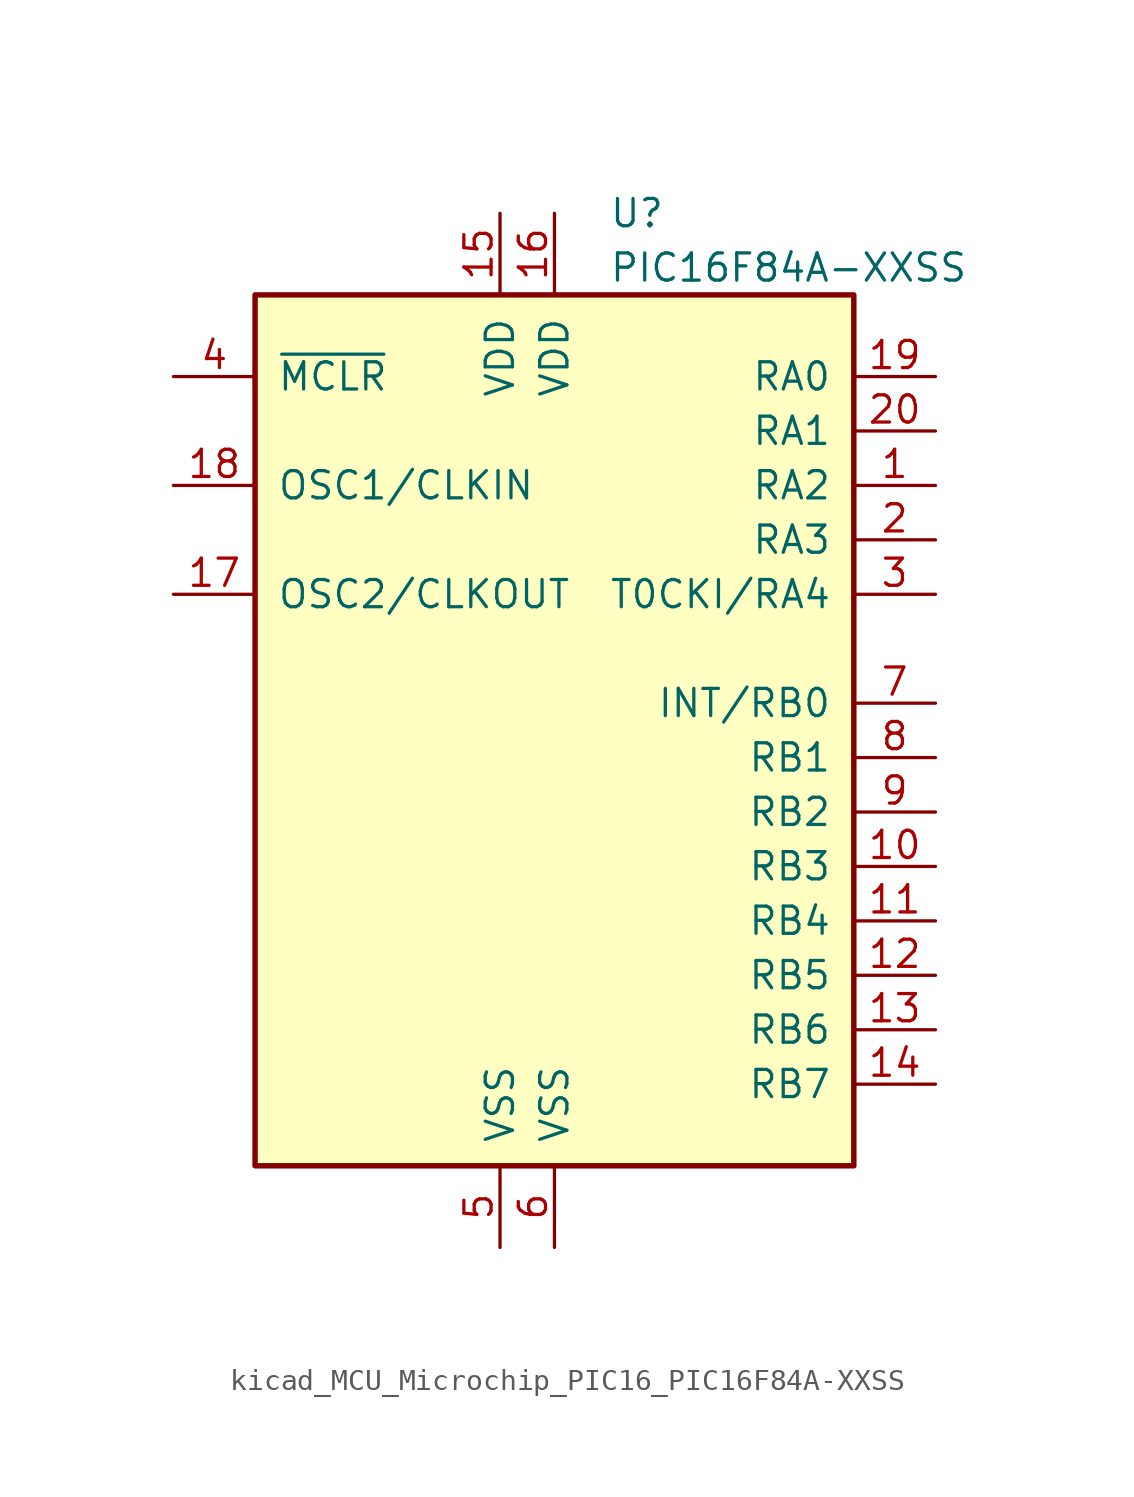
<source format=kicad_sym>
(kicad_symbol_lib
  (version 20220914)
  (generator kicad_symbol_editor)
  (symbol "kicad_MCU_Microchip_PIC16_PIC16F84A-XXSS"
    (pin_names
      (offset 1.016))
    (property "Reference" "U"
      (at 2.54 22.86 0)
      (effects (font (size 1.27 1.27)) (justify left)))
    (property "Value" "PIC16F84A-XXSS"
      (at 2.54 20.32 0)
      (effects (font (size 1.27 1.27)) (justify left)))
    (symbol "kicad_MCU_Microchip_PIC16_PIC16F84A-XXSS_0_1"
      (rectangle (start -13.97 19.05) (end 13.97 -21.59) (stroke (width 0.254) (type default)) (fill (type background))))
    (symbol "kicad_MCU_Microchip_PIC16_PIC16F84A-XXSS_1_1"
      (pin bidirectional line (at 17.78 10.16 180) (length 3.81) (name "RA2" (effects (font (size 1.27 1.27)))) (number "1" (effects (font (size 1.27 1.27)))))
      (pin bidirectional line (at 17.78 -7.62 180) (length 3.81) (name "RB3" (effects (font (size 1.27 1.27)))) (number "10" (effects (font (size 1.27 1.27)))))
      (pin bidirectional line (at 17.78 -10.16 180) (length 3.81) (name "RB4" (effects (font (size 1.27 1.27)))) (number "11" (effects (font (size 1.27 1.27)))))
      (pin bidirectional line (at 17.78 -12.7 180) (length 3.81) (name "RB5" (effects (font (size 1.27 1.27)))) (number "12" (effects (font (size 1.27 1.27)))))
      (pin bidirectional line (at 17.78 -15.24 180) (length 3.81) (name "RB6" (effects (font (size 1.27 1.27)))) (number "13" (effects (font (size 1.27 1.27)))))
      (pin bidirectional line (at 17.78 -17.78 180) (length 3.81) (name "RB7" (effects (font (size 1.27 1.27)))) (number "14" (effects (font (size 1.27 1.27)))))
      (pin power_in line (at -2.54 22.86 270) (length 3.81) (name "VDD" (effects (font (size 1.27 1.27)))) (number "15" (effects (font (size 1.27 1.27)))))
      (pin power_in line (at 0 22.86 270) (length 3.81) (name "VDD" (effects (font (size 1.27 1.27)))) (number "16" (effects (font (size 1.27 1.27)))))
      (pin output line (at -17.78 5.08 0) (length 3.81) (name "OSC2/CLKOUT" (effects (font (size 1.27 1.27)))) (number "17" (effects (font (size 1.27 1.27)))))
      (pin input line (at -17.78 10.16 0) (length 3.81) (name "OSC1/CLKIN" (effects (font (size 1.27 1.27)))) (number "18" (effects (font (size 1.27 1.27)))))
      (pin bidirectional line (at 17.78 15.24 180) (length 3.81) (name "RA0" (effects (font (size 1.27 1.27)))) (number "19" (effects (font (size 1.27 1.27)))))
      (pin bidirectional line (at 17.78 7.62 180) (length 3.81) (name "RA3" (effects (font (size 1.27 1.27)))) (number "2" (effects (font (size 1.27 1.27)))))
      (pin bidirectional line (at 17.78 12.7 180) (length 3.81) (name "RA1" (effects (font (size 1.27 1.27)))) (number "20" (effects (font (size 1.27 1.27)))))
      (pin bidirectional line (at 17.78 5.08 180) (length 3.81) (name "T0CKI/RA4" (effects (font (size 1.27 1.27)))) (number "3" (effects (font (size 1.27 1.27)))))
      (pin input line (at -17.78 15.24 0) (length 3.81) (name "~{MCLR}" (effects (font (size 1.27 1.27)))) (number "4" (effects (font (size 1.27 1.27)))))
      (pin power_in line (at -2.54 -25.4 90) (length 3.81) (name "VSS" (effects (font (size 1.27 1.27)))) (number "5" (effects (font (size 1.27 1.27)))))
      (pin power_in line (at 0 -25.4 90) (length 3.81) (name "VSS" (effects (font (size 1.27 1.27)))) (number "6" (effects (font (size 1.27 1.27)))))
      (pin bidirectional line (at 17.78 0 180) (length 3.81) (name "INT/RB0" (effects (font (size 1.27 1.27)))) (number "7" (effects (font (size 1.27 1.27)))))
      (pin bidirectional line (at 17.78 -2.54 180) (length 3.81) (name "RB1" (effects (font (size 1.27 1.27)))) (number "8" (effects (font (size 1.27 1.27)))))
      (pin bidirectional line (at 17.78 -5.08 180) (length 3.81) (name "RB2" (effects (font (size 1.27 1.27)))) (number "9" (effects (font (size 1.27 1.27))))))))
</source>
